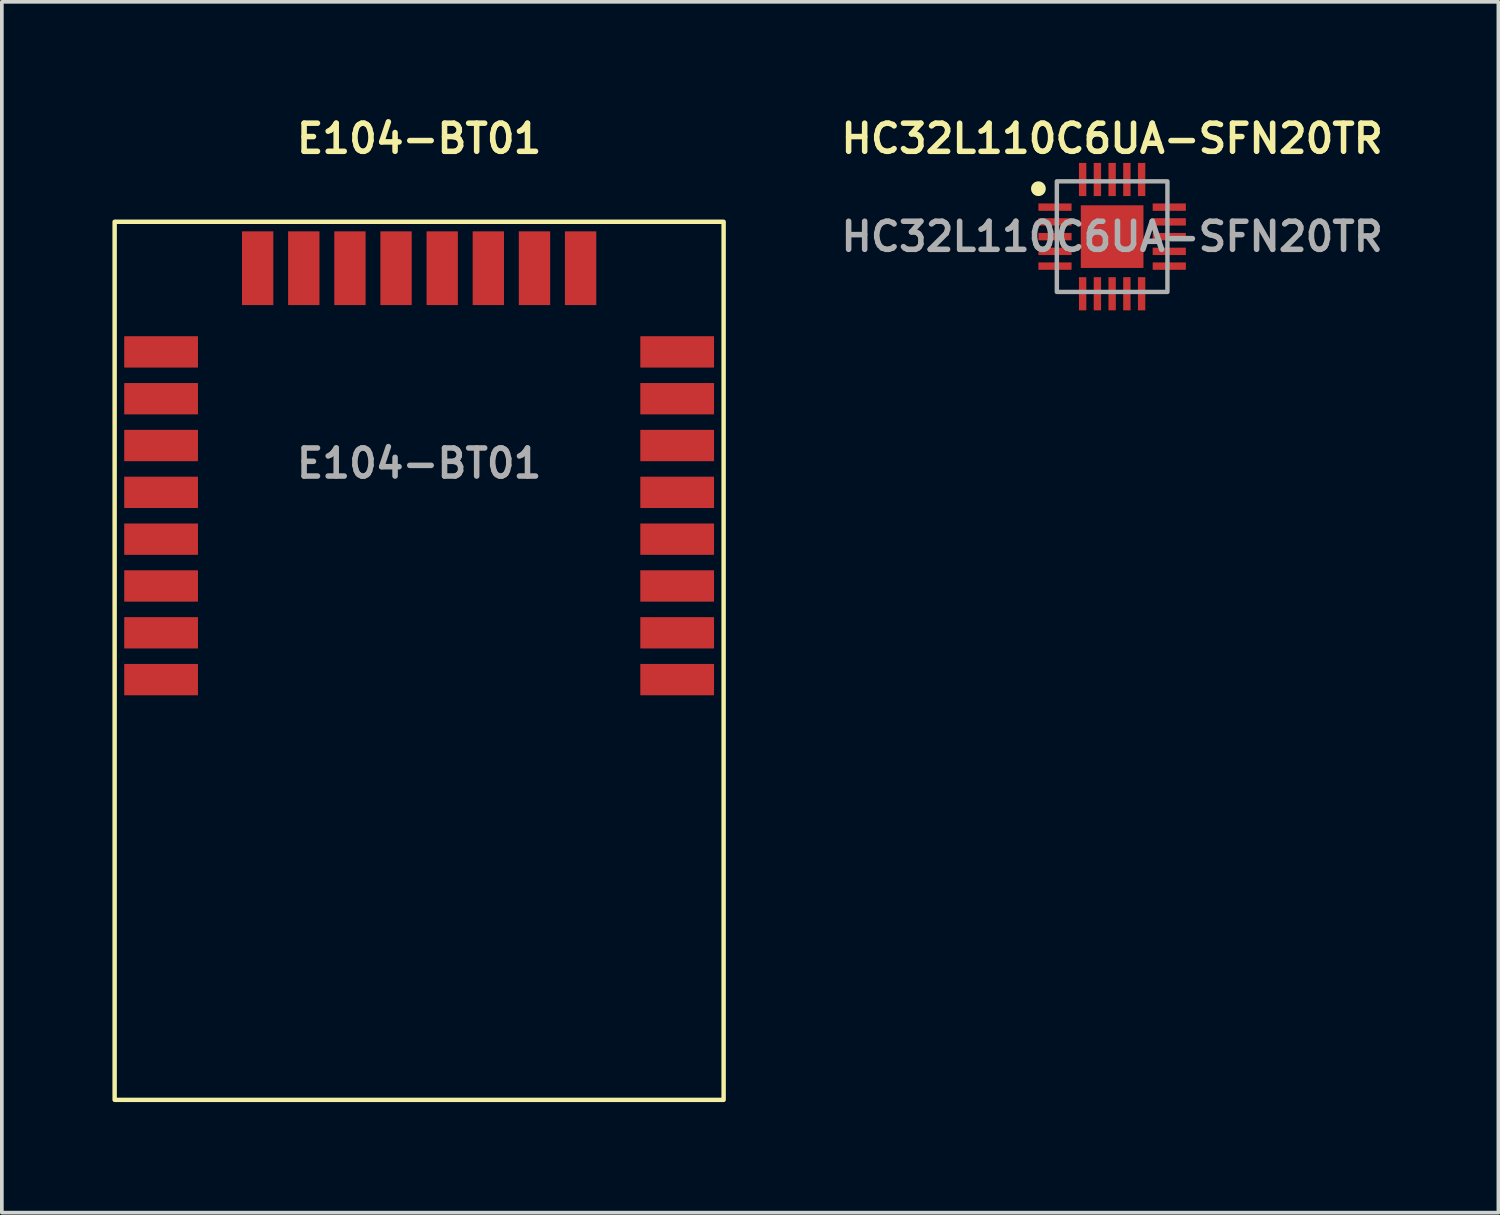
<source format=kicad_pcb>
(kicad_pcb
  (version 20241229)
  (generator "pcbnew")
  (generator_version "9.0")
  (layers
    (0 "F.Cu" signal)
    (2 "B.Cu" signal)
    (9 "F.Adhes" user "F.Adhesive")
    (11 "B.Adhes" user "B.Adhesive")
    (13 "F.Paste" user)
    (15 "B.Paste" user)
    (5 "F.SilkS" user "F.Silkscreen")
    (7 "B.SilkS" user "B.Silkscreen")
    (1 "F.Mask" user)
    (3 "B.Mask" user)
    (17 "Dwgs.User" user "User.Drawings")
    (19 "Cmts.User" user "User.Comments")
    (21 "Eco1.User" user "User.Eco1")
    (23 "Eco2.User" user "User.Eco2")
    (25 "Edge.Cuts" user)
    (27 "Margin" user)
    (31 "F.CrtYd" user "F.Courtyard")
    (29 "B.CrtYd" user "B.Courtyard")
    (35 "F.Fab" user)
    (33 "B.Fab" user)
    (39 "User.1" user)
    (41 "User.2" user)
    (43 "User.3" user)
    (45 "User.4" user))
  (footprint "E104-BT01"
    (layer "F.Cu")
    (at 8.32 9.806)
    (property "Reference" "E104-BT01" (at 0 -9.097 0) (unlocked yes) (layer "F.SilkS") (effects (font (size 0.762 0.762) (thickness 0.15))))
    (fp_rect (start -8.26 16.98) (end 8.26 -6.84) (stroke (width 0.12) (type default)) (fill no) (layer "F.SilkS"))
    (fp_text user "${REFERENCE}" (at 0 -0.287 0) (layer "F.Fab") (effects (font (size 0.762 0.762) (thickness 0.15))))
    (pad "1" smd rect (at 7 5.58 90) (size 0.85 2) (layers "F.Cu" "F.Mask" "F.Paste"))
    (pad "2" smd rect (at 7 4.31 90) (size 0.85 2) (layers "F.Cu" "F.Mask" "F.Paste"))
    (pad "3" smd rect (at 7 3.04 90) (size 0.85 2) (layers "F.Cu" "F.Mask" "F.Paste"))
    (pad "4" smd rect (at 7 1.77 90) (size 0.85 2) (layers "F.Cu" "F.Mask" "F.Paste"))
    (pad "5" smd rect (at 7 0.5 90) (size 0.85 2) (layers "F.Cu" "F.Mask" "F.Paste"))
    (pad "6" smd rect (at 7 -0.77 90) (size 0.85 2) (layers "F.Cu" "F.Mask" "F.Paste"))
    (pad "7" smd rect (at 7 -2.04 90) (size 0.85 2) (layers "F.Cu" "F.Mask" "F.Paste"))
    (pad "8" smd rect (at 7 -3.31 90) (size 0.85 2) (layers "F.Cu" "F.Mask" "F.Paste"))
    (pad "9" smd rect (at 4.38 -5.58 180) (size 0.85 2) (layers "F.Cu" "F.Mask" "F.Paste"))
    (pad "10" smd rect (at 3.129 -5.58 180) (size 0.85 2) (layers "F.Cu" "F.Mask" "F.Paste"))
    (pad "11" smd rect (at 1.877 -5.58 180) (size 0.85 2) (layers "F.Cu" "F.Mask" "F.Paste"))
    (pad "12" smd rect (at 0.626 -5.58 180) (size 0.85 2) (layers "F.Cu" "F.Mask" "F.Paste"))
    (pad "13" smd rect (at -0.626 -5.58 180) (size 0.85 2) (layers "F.Cu" "F.Mask" "F.Paste"))
    (pad "14" smd rect (at -1.877 -5.58 180) (size 0.85 2) (layers "F.Cu" "F.Mask" "F.Paste"))
    (pad "15" smd rect (at -3.129 -5.58 180) (size 0.85 2) (layers "F.Cu" "F.Mask" "F.Paste"))
    (pad "16" smd rect (at -4.38 -5.58 180) (size 0.85 2) (layers "F.Cu" "F.Mask" "F.Paste"))
    (pad "17" smd rect (at -7 -3.31 270) (size 0.85 2) (layers "F.Cu" "F.Mask" "F.Paste"))
    (pad "18" smd rect (at -7 -2.04 270) (size 0.85 2) (layers "F.Cu" "F.Mask" "F.Paste"))
    (pad "19" smd rect (at -7 -0.77 270) (size 0.85 2) (layers "F.Cu" "F.Mask" "F.Paste"))
    (pad "20" smd rect (at -7 0.5 270) (size 0.85 2) (layers "F.Cu" "F.Mask" "F.Paste"))
    (pad "21" smd rect (at -7 1.77 270) (size 0.85 2) (layers "F.Cu" "F.Mask" "F.Paste"))
    (pad "22" smd rect (at -7 3.04 270) (size 0.85 2) (layers "F.Cu" "F.Mask" "F.Paste"))
    (pad "23" smd rect (at -7 4.31 270) (size 0.85 2) (layers "F.Cu" "F.Mask" "F.Paste"))
    (pad "24" smd rect (at -7 5.58 270) (size 0.85 2) (layers "F.Cu" "F.Mask" "F.Paste")))
  (footprint "HC32L110C6UA-SFN20TR"
    (layer "F.Cu")
    (at 27.119 3.369)
    (property "Reference" "HC32L110C6UA-SFN20TR" (at 0 -2.66 0) (unlocked yes) (layer "F.SilkS") (effects (font (size 0.762 0.762) (thickness 0.15))))
    (fp_circle (center -2 -1.3) (end -2 -1.5) (stroke (width 0) (type default)) (fill yes) (layer "F.SilkS"))
    (fp_poly (pts (xy 1.499 -1.5) (xy -1.499 -1.5) (xy -1.5 -1.5) (xy -1.5 -1.499) (xy -1.5 1.499) (xy -1.5 1.5) (xy -1.499 1.5) (xy 1.499 1.5) (xy 1.5 1.5) (xy 1.5 1.499) (xy 1.5 -1.499) (xy 1.5 -1.5)) (stroke (width 0.12) (type default)) (fill no) (layer "F.Fab"))
    (fp_text user "${REFERENCE}" (at 0 0 0) (layer "F.Fab") (effects (font (size 0.762 0.762) (thickness 0.15))))
    (pad "1" smd rect (at -1.55 -0.8 90) (size 0.2 0.9) (layers "F.Cu" "F.Mask" "F.Paste"))
    (pad "2" smd rect (at -1.55 -0.4 90) (size 0.2 0.9) (layers "F.Cu" "F.Mask" "F.Paste"))
    (pad "3" smd rect (at -1.55 0 90) (size 0.2 0.9) (layers "F.Cu" "F.Mask" "F.Paste"))
    (pad "4" smd rect (at -1.55 0.4 90) (size 0.2 0.9) (layers "F.Cu" "F.Mask" "F.Paste"))
    (pad "5" smd rect (at -1.55 0.8 90) (size 0.2 0.9) (layers "F.Cu" "F.Mask" "F.Paste"))
    (pad "6" smd rect (at -0.8 1.55) (size 0.2 0.9) (layers "F.Cu" "F.Mask" "F.Paste"))
    (pad "7" smd rect (at -0.4 1.55) (size 0.2 0.9) (layers "F.Cu" "F.Mask" "F.Paste"))
    (pad "8" smd rect (at 0 1.55) (size 0.2 0.9) (layers "F.Cu" "F.Mask" "F.Paste"))
    (pad "9" smd rect (at 0.4 1.55) (size 0.2 0.9) (layers "F.Cu" "F.Mask" "F.Paste"))
    (pad "10" smd rect (at 0.8 1.55) (size 0.2 0.9) (layers "F.Cu" "F.Mask" "F.Paste"))
    (pad "11" smd rect (at 1.55 0.8 90) (size 0.2 0.9) (layers "F.Cu" "F.Mask" "F.Paste"))
    (pad "12" smd rect (at 1.55 0.4 90) (size 0.2 0.9) (layers "F.Cu" "F.Mask" "F.Paste"))
    (pad "13" smd rect (at 1.55 0 90) (size 0.2 0.9) (layers "F.Cu" "F.Mask" "F.Paste"))
    (pad "14" smd rect (at 1.55 -0.4 90) (size 0.2 0.9) (layers "F.Cu" "F.Mask" "F.Paste"))
    (pad "15" smd rect (at 1.55 -0.8 90) (size 0.2 0.9) (layers "F.Cu" "F.Mask" "F.Paste"))
    (pad "16" smd rect (at 0.8 -1.55 180) (size 0.2 0.9) (layers "F.Cu" "F.Mask" "F.Paste"))
    (pad "17" smd rect (at 0.4 -1.55 180) (size 0.2 0.9) (layers "F.Cu" "F.Mask" "F.Paste"))
    (pad "18" smd rect (at 0 -1.55 180) (size 0.2 0.9) (layers "F.Cu" "F.Mask" "F.Paste"))
    (pad "19" smd rect (at -0.4 -1.55 180) (size 0.2 0.9) (layers "F.Cu" "F.Mask" "F.Paste"))
    (pad "20" smd rect (at -0.8 -1.55 180) (size 0.2 0.9) (layers "F.Cu" "F.Mask" "F.Paste"))
    (pad "21" smd rect (at 0 0 180) (size 1.7 1.7) (layers "F.Cu" "F.Mask" "F.Paste")))
  (gr_rect
    (start -3 -3)
    (end 37.597 29.846)
    (stroke (width 0.1) (type default))
    (fill no)
    (layer "Edge.Cuts")))
</source>
